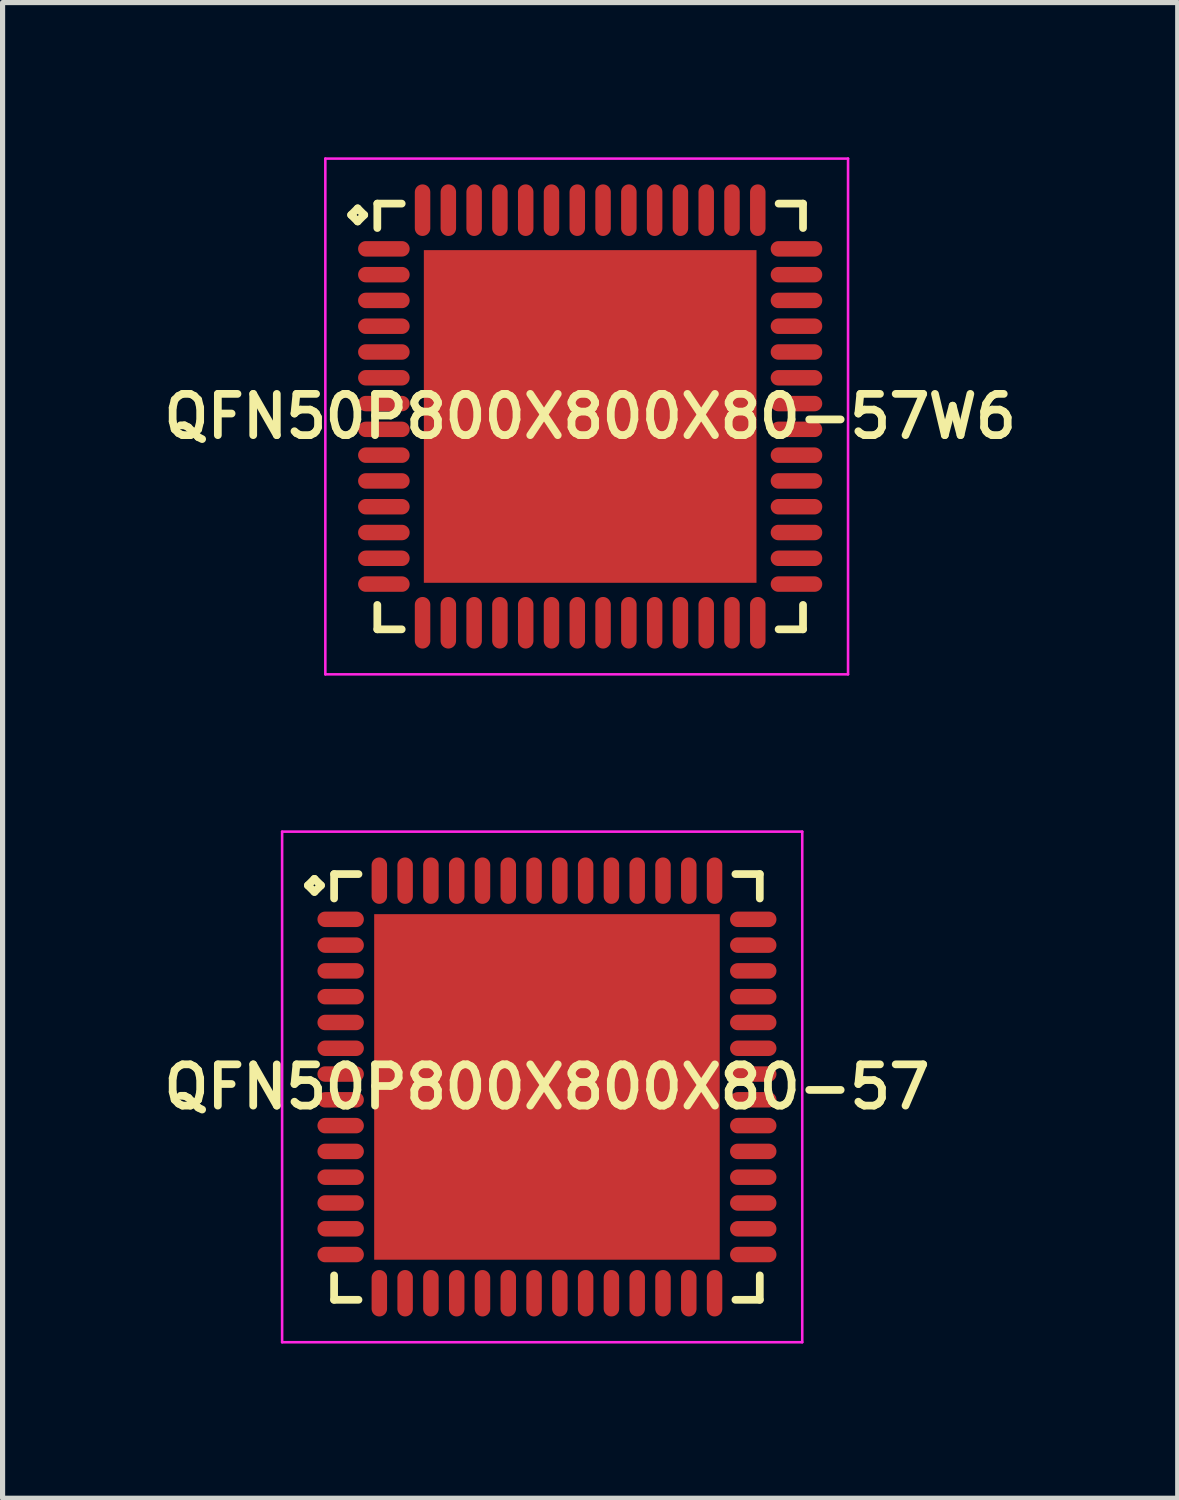
<source format=kicad_pcb>
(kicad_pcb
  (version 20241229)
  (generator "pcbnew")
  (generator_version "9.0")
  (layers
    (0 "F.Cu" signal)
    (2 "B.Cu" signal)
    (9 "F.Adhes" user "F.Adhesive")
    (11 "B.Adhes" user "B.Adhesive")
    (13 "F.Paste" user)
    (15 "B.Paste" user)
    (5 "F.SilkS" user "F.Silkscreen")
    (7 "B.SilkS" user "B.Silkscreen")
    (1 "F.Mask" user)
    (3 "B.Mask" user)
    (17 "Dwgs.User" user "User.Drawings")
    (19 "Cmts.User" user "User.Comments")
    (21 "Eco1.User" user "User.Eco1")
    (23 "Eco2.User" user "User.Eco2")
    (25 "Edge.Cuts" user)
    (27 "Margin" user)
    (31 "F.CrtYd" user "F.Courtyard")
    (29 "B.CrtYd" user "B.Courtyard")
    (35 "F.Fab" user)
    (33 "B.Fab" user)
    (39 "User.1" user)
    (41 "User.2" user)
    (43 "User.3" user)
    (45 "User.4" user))
  (footprint "QFN50P800X800X80-57"
    (layer "F.Cu")
    (at 7.555 18.025)
    (property "Reference" "QFN50P800X800X80-57" (at 0 0 0) (layer "F.SilkS") (effects (font (size 0.8 0.8) (thickness 0.15))))
    (attr smd)
    (fp_line (start -4.635 -3.908) (end -4.508 -4.035) (stroke (width 0.15) (type solid)) (layer "F.SilkS"))
    (fp_line (start -4.508 -4.035) (end -4.381 -3.908) (stroke (width 0.15) (type solid)) (layer "F.SilkS"))
    (fp_line (start -4.508 -3.781) (end -4.635 -3.908) (stroke (width 0.15) (type solid)) (layer "F.SilkS"))
    (fp_line (start -4.381 -3.908) (end -4.508 -3.781) (stroke (width 0.15) (type solid)) (layer "F.SilkS"))
    (fp_line (start -4.127 -4.127) (end -3.654 -4.127) (stroke (width 0.15) (type solid)) (layer "F.SilkS"))
    (fp_line (start -4.127 -3.654) (end -4.127 -4.127) (stroke (width 0.15) (type solid)) (layer "F.SilkS"))
    (fp_line (start -4.127 3.654) (end -4.127 4.127) (stroke (width 0.15) (type solid)) (layer "F.SilkS"))
    (fp_line (start -4.127 4.127) (end -3.654 4.127) (stroke (width 0.15) (type solid)) (layer "F.SilkS"))
    (fp_line (start 3.654 -4.127) (end 4.127 -4.127) (stroke (width 0.15) (type solid)) (layer "F.SilkS"))
    (fp_line (start 3.654 4.127) (end 4.127 4.127) (stroke (width 0.15) (type solid)) (layer "F.SilkS"))
    (fp_line (start 4.127 -4.127) (end 4.127 -3.654) (stroke (width 0.15) (type solid)) (layer "F.SilkS"))
    (fp_line (start 4.127 4.127) (end 4.127 3.654) (stroke (width 0.15) (type solid)) (layer "F.SilkS"))
    (fp_line (start -5.135 -4.95) (end 4.95 -4.95) (stroke (width 0.05) (type solid)) (layer "F.CrtYd"))
    (fp_line (start -5.135 4.95) (end -5.135 -4.95) (stroke (width 0.05) (type solid)) (layer "F.CrtYd"))
    (fp_line (start 4.95 -4.95) (end 4.95 4.95) (stroke (width 0.05) (type solid)) (layer "F.CrtYd"))
    (fp_line (start 4.95 4.95) (end -5.135 4.95) (stroke (width 0.05) (type solid)) (layer "F.CrtYd"))
    (pad "1" smd oval (at -4 -3.25) (size 0.9 0.3) (layers "F.Cu" "F.Mask" "F.Paste"))
    (pad "2" smd oval (at -4 -2.75) (size 0.9 0.3) (layers "F.Cu" "F.Mask" "F.Paste"))
    (pad "3" smd oval (at -4 -2.25) (size 0.9 0.3) (layers "F.Cu" "F.Mask" "F.Paste"))
    (pad "4" smd oval (at -4 -1.75) (size 0.9 0.3) (layers "F.Cu" "F.Mask" "F.Paste"))
    (pad "5" smd oval (at -4 -1.25) (size 0.9 0.3) (layers "F.Cu" "F.Mask" "F.Paste"))
    (pad "6" smd oval (at -4 -0.75) (size 0.9 0.3) (layers "F.Cu" "F.Mask" "F.Paste"))
    (pad "7" smd oval (at -4 -0.25) (size 0.9 0.3) (layers "F.Cu" "F.Mask" "F.Paste"))
    (pad "8" smd oval (at -4 0.25) (size 0.9 0.3) (layers "F.Cu" "F.Mask" "F.Paste"))
    (pad "9" smd oval (at -4 0.75) (size 0.9 0.3) (layers "F.Cu" "F.Mask" "F.Paste"))
    (pad "10" smd oval (at -4 1.25) (size 0.9 0.3) (layers "F.Cu" "F.Mask" "F.Paste"))
    (pad "11" smd oval (at -4 1.75) (size 0.9 0.3) (layers "F.Cu" "F.Mask" "F.Paste"))
    (pad "12" smd oval (at -4 2.25) (size 0.9 0.3) (layers "F.Cu" "F.Mask" "F.Paste"))
    (pad "13" smd oval (at -4 2.75) (size 0.9 0.3) (layers "F.Cu" "F.Mask" "F.Paste"))
    (pad "14" smd oval (at -4 3.25) (size 0.9 0.3) (layers "F.Cu" "F.Mask" "F.Paste"))
    (pad "15" smd oval (at -3.25 4) (size 0.3 0.9) (layers "F.Cu" "F.Mask" "F.Paste"))
    (pad "16" smd oval (at -2.75 4) (size 0.3 0.9) (layers "F.Cu" "F.Mask" "F.Paste"))
    (pad "17" smd oval (at -2.25 4) (size 0.3 0.9) (layers "F.Cu" "F.Mask" "F.Paste"))
    (pad "18" smd oval (at -1.75 4) (size 0.3 0.9) (layers "F.Cu" "F.Mask" "F.Paste"))
    (pad "19" smd oval (at -1.25 4) (size 0.3 0.9) (layers "F.Cu" "F.Mask" "F.Paste"))
    (pad "20" smd oval (at -0.75 4) (size 0.3 0.9) (layers "F.Cu" "F.Mask" "F.Paste"))
    (pad "21" smd oval (at -0.25 4) (size 0.3 0.9) (layers "F.Cu" "F.Mask" "F.Paste"))
    (pad "22" smd oval (at 0.25 4) (size 0.3 0.9) (layers "F.Cu" "F.Mask" "F.Paste"))
    (pad "23" smd oval (at 0.75 4) (size 0.3 0.9) (layers "F.Cu" "F.Mask" "F.Paste"))
    (pad "24" smd oval (at 1.25 4) (size 0.3 0.9) (layers "F.Cu" "F.Mask" "F.Paste"))
    (pad "25" smd oval (at 1.75 4) (size 0.3 0.9) (layers "F.Cu" "F.Mask" "F.Paste"))
    (pad "26" smd oval (at 2.25 4) (size 0.3 0.9) (layers "F.Cu" "F.Mask" "F.Paste"))
    (pad "27" smd oval (at 2.75 4) (size 0.3 0.9) (layers "F.Cu" "F.Mask" "F.Paste"))
    (pad "28" smd oval (at 3.25 4) (size 0.3 0.9) (layers "F.Cu" "F.Mask" "F.Paste"))
    (pad "29" smd oval (at 4 3.25) (size 0.9 0.3) (layers "F.Cu" "F.Mask" "F.Paste"))
    (pad "30" smd oval (at 4 2.75) (size 0.9 0.3) (layers "F.Cu" "F.Mask" "F.Paste"))
    (pad "31" smd oval (at 4 2.25) (size 0.9 0.3) (layers "F.Cu" "F.Mask" "F.Paste"))
    (pad "32" smd oval (at 4 1.75) (size 0.9 0.3) (layers "F.Cu" "F.Mask" "F.Paste"))
    (pad "33" smd oval (at 4 1.25) (size 0.9 0.3) (layers "F.Cu" "F.Mask" "F.Paste"))
    (pad "34" smd oval (at 4 0.75) (size 0.9 0.3) (layers "F.Cu" "F.Mask" "F.Paste"))
    (pad "35" smd oval (at 4 0.25) (size 0.9 0.3) (layers "F.Cu" "F.Mask" "F.Paste"))
    (pad "36" smd oval (at 4 -0.25) (size 0.9 0.3) (layers "F.Cu" "F.Mask" "F.Paste"))
    (pad "37" smd oval (at 4 -0.75) (size 0.9 0.3) (layers "F.Cu" "F.Mask" "F.Paste"))
    (pad "38" smd oval (at 4 -1.25) (size 0.9 0.3) (layers "F.Cu" "F.Mask" "F.Paste"))
    (pad "39" smd oval (at 4 -1.75) (size 0.9 0.3) (layers "F.Cu" "F.Mask" "F.Paste"))
    (pad "40" smd oval (at 4 -2.25) (size 0.9 0.3) (layers "F.Cu" "F.Mask" "F.Paste"))
    (pad "41" smd oval (at 4 -2.75) (size 0.9 0.3) (layers "F.Cu" "F.Mask" "F.Paste"))
    (pad "42" smd oval (at 4 -3.25) (size 0.9 0.3) (layers "F.Cu" "F.Mask" "F.Paste"))
    (pad "43" smd oval (at 3.25 -4) (size 0.3 0.9) (layers "F.Cu" "F.Mask" "F.Paste"))
    (pad "44" smd oval (at 2.75 -4) (size 0.3 0.9) (layers "F.Cu" "F.Mask" "F.Paste"))
    (pad "45" smd oval (at 2.25 -4) (size 0.3 0.9) (layers "F.Cu" "F.Mask" "F.Paste"))
    (pad "46" smd oval (at 1.75 -4) (size 0.3 0.9) (layers "F.Cu" "F.Mask" "F.Paste"))
    (pad "47" smd oval (at 1.25 -4) (size 0.3 0.9) (layers "F.Cu" "F.Mask" "F.Paste"))
    (pad "48" smd oval (at 0.75 -4) (size 0.3 0.9) (layers "F.Cu" "F.Mask" "F.Paste"))
    (pad "49" smd oval (at 0.25 -4) (size 0.3 0.9) (layers "F.Cu" "F.Mask" "F.Paste"))
    (pad "50" smd oval (at -0.25 -4) (size 0.3 0.9) (layers "F.Cu" "F.Mask" "F.Paste"))
    (pad "51" smd oval (at -0.75 -4) (size 0.3 0.9) (layers "F.Cu" "F.Mask" "F.Paste"))
    (pad "52" smd oval (at -1.25 -4) (size 0.3 0.9) (layers "F.Cu" "F.Mask" "F.Paste"))
    (pad "53" smd oval (at -1.75 -4) (size 0.3 0.9) (layers "F.Cu" "F.Mask" "F.Paste"))
    (pad "54" smd oval (at -2.25 -4) (size 0.3 0.9) (layers "F.Cu" "F.Mask" "F.Paste"))
    (pad "55" smd oval (at -2.75 -4) (size 0.3 0.9) (layers "F.Cu" "F.Mask" "F.Paste"))
    (pad "56" smd oval (at -3.25 -4) (size 0.3 0.9) (layers "F.Cu" "F.Mask" "F.Paste"))
    (pad "57" smd rect (at 0 0) (size 6.7 6.7) (layers "F.Cu" "F.Mask" "F.Paste")))
  (footprint "QFN50P800X800X80-57W6"
    (layer "F.Cu")
    (at 8.393 5.025)
    (property "Reference" "QFN50P800X800X80-57W6" (at 0 0 0) (layer "F.SilkS") (effects (font (size 0.8 0.8) (thickness 0.15))))
    (attr smd)
    (fp_line (start -4.635 -3.908) (end -4.508 -4.035) (stroke (width 0.15) (type solid)) (layer "F.SilkS"))
    (fp_line (start -4.508 -4.035) (end -4.381 -3.908) (stroke (width 0.15) (type solid)) (layer "F.SilkS"))
    (fp_line (start -4.508 -3.781) (end -4.635 -3.908) (stroke (width 0.15) (type solid)) (layer "F.SilkS"))
    (fp_line (start -4.381 -3.908) (end -4.508 -3.781) (stroke (width 0.15) (type solid)) (layer "F.SilkS"))
    (fp_line (start -4.127 -4.127) (end -3.654 -4.127) (stroke (width 0.15) (type solid)) (layer "F.SilkS"))
    (fp_line (start -4.127 -3.654) (end -4.127 -4.127) (stroke (width 0.15) (type solid)) (layer "F.SilkS"))
    (fp_line (start -4.127 3.654) (end -4.127 4.127) (stroke (width 0.15) (type solid)) (layer "F.SilkS"))
    (fp_line (start -4.127 4.127) (end -3.654 4.127) (stroke (width 0.15) (type solid)) (layer "F.SilkS"))
    (fp_line (start 3.654 -4.127) (end 4.127 -4.127) (stroke (width 0.15) (type solid)) (layer "F.SilkS"))
    (fp_line (start 3.654 4.127) (end 4.127 4.127) (stroke (width 0.15) (type solid)) (layer "F.SilkS"))
    (fp_line (start 4.127 -4.127) (end 4.127 -3.654) (stroke (width 0.15) (type solid)) (layer "F.SilkS"))
    (fp_line (start 4.127 4.127) (end 4.127 3.654) (stroke (width 0.15) (type solid)) (layer "F.SilkS"))
    (fp_line (start -5.135 -5) (end 5 -5) (stroke (width 0.05) (type solid)) (layer "F.CrtYd"))
    (fp_line (start -5.135 5) (end -5.135 -5) (stroke (width 0.05) (type solid)) (layer "F.CrtYd"))
    (fp_line (start 5 -5) (end 5 5) (stroke (width 0.05) (type solid)) (layer "F.CrtYd"))
    (fp_line (start 5 5) (end -5.135 5) (stroke (width 0.05) (type solid)) (layer "F.CrtYd"))
    (pad "1" smd oval (at -4 -3.25) (size 1 0.3) (layers "F.Cu" "F.Mask" "F.Paste"))
    (pad "2" smd oval (at -4 -2.75) (size 1 0.3) (layers "F.Cu" "F.Mask" "F.Paste"))
    (pad "3" smd oval (at -4 -2.25) (size 1 0.3) (layers "F.Cu" "F.Mask" "F.Paste"))
    (pad "4" smd oval (at -4 -1.75) (size 1 0.3) (layers "F.Cu" "F.Mask" "F.Paste"))
    (pad "5" smd oval (at -4 -1.25) (size 1 0.3) (layers "F.Cu" "F.Mask" "F.Paste"))
    (pad "6" smd oval (at -4 -0.75) (size 1 0.3) (layers "F.Cu" "F.Mask" "F.Paste"))
    (pad "7" smd oval (at -4 -0.25) (size 1 0.3) (layers "F.Cu" "F.Mask" "F.Paste"))
    (pad "8" smd oval (at -4 0.25) (size 1 0.3) (layers "F.Cu" "F.Mask" "F.Paste"))
    (pad "9" smd oval (at -4 0.75) (size 1 0.3) (layers "F.Cu" "F.Mask" "F.Paste"))
    (pad "10" smd oval (at -4 1.25) (size 1 0.3) (layers "F.Cu" "F.Mask" "F.Paste"))
    (pad "11" smd oval (at -4 1.75) (size 1 0.3) (layers "F.Cu" "F.Mask" "F.Paste"))
    (pad "12" smd oval (at -4 2.25) (size 1 0.3) (layers "F.Cu" "F.Mask" "F.Paste"))
    (pad "13" smd oval (at -4 2.75) (size 1 0.3) (layers "F.Cu" "F.Mask" "F.Paste"))
    (pad "14" smd oval (at -4 3.25) (size 1 0.3) (layers "F.Cu" "F.Mask" "F.Paste"))
    (pad "15" smd oval (at -3.25 4) (size 0.3 1) (layers "F.Cu" "F.Mask" "F.Paste"))
    (pad "16" smd oval (at -2.75 4) (size 0.3 1) (layers "F.Cu" "F.Mask" "F.Paste"))
    (pad "17" smd oval (at -2.25 4) (size 0.3 1) (layers "F.Cu" "F.Mask" "F.Paste"))
    (pad "18" smd oval (at -1.75 4) (size 0.3 1) (layers "F.Cu" "F.Mask" "F.Paste"))
    (pad "19" smd oval (at -1.25 4) (size 0.3 1) (layers "F.Cu" "F.Mask" "F.Paste"))
    (pad "20" smd oval (at -0.75 4) (size 0.3 1) (layers "F.Cu" "F.Mask" "F.Paste"))
    (pad "21" smd oval (at -0.25 4) (size 0.3 1) (layers "F.Cu" "F.Mask" "F.Paste"))
    (pad "22" smd oval (at 0.25 4) (size 0.3 1) (layers "F.Cu" "F.Mask" "F.Paste"))
    (pad "23" smd oval (at 0.75 4) (size 0.3 1) (layers "F.Cu" "F.Mask" "F.Paste"))
    (pad "24" smd oval (at 1.25 4) (size 0.3 1) (layers "F.Cu" "F.Mask" "F.Paste"))
    (pad "25" smd oval (at 1.75 4) (size 0.3 1) (layers "F.Cu" "F.Mask" "F.Paste"))
    (pad "26" smd oval (at 2.25 4) (size 0.3 1) (layers "F.Cu" "F.Mask" "F.Paste"))
    (pad "27" smd oval (at 2.75 4) (size 0.3 1) (layers "F.Cu" "F.Mask" "F.Paste"))
    (pad "28" smd oval (at 3.25 4) (size 0.3 1) (layers "F.Cu" "F.Mask" "F.Paste"))
    (pad "29" smd oval (at 4 3.25) (size 1 0.3) (layers "F.Cu" "F.Mask" "F.Paste"))
    (pad "30" smd oval (at 4 2.75) (size 1 0.3) (layers "F.Cu" "F.Mask" "F.Paste"))
    (pad "31" smd oval (at 4 2.25) (size 1 0.3) (layers "F.Cu" "F.Mask" "F.Paste"))
    (pad "32" smd oval (at 4 1.75) (size 1 0.3) (layers "F.Cu" "F.Mask" "F.Paste"))
    (pad "33" smd oval (at 4 1.25) (size 1 0.3) (layers "F.Cu" "F.Mask" "F.Paste"))
    (pad "34" smd oval (at 4 0.75) (size 1 0.3) (layers "F.Cu" "F.Mask" "F.Paste"))
    (pad "35" smd oval (at 4 0.25) (size 1 0.3) (layers "F.Cu" "F.Mask" "F.Paste"))
    (pad "36" smd oval (at 4 -0.25) (size 1 0.3) (layers "F.Cu" "F.Mask" "F.Paste"))
    (pad "37" smd oval (at 4 -0.75) (size 1 0.3) (layers "F.Cu" "F.Mask" "F.Paste"))
    (pad "38" smd oval (at 4 -1.25) (size 1 0.3) (layers "F.Cu" "F.Mask" "F.Paste"))
    (pad "39" smd oval (at 4 -1.75) (size 1 0.3) (layers "F.Cu" "F.Mask" "F.Paste"))
    (pad "40" smd oval (at 4 -2.25) (size 1 0.3) (layers "F.Cu" "F.Mask" "F.Paste"))
    (pad "41" smd oval (at 4 -2.75) (size 1 0.3) (layers "F.Cu" "F.Mask" "F.Paste"))
    (pad "42" smd oval (at 4 -3.25) (size 1 0.3) (layers "F.Cu" "F.Mask" "F.Paste"))
    (pad "43" smd oval (at 3.25 -4) (size 0.3 1) (layers "F.Cu" "F.Mask" "F.Paste"))
    (pad "44" smd oval (at 2.75 -4) (size 0.3 1) (layers "F.Cu" "F.Mask" "F.Paste"))
    (pad "45" smd oval (at 2.25 -4) (size 0.3 1) (layers "F.Cu" "F.Mask" "F.Paste"))
    (pad "46" smd oval (at 1.75 -4) (size 0.3 1) (layers "F.Cu" "F.Mask" "F.Paste"))
    (pad "47" smd oval (at 1.25 -4) (size 0.3 1) (layers "F.Cu" "F.Mask" "F.Paste"))
    (pad "48" smd oval (at 0.75 -4) (size 0.3 1) (layers "F.Cu" "F.Mask" "F.Paste"))
    (pad "49" smd oval (at 0.25 -4) (size 0.3 1) (layers "F.Cu" "F.Mask" "F.Paste"))
    (pad "50" smd oval (at -0.25 -4) (size 0.3 1) (layers "F.Cu" "F.Mask" "F.Paste"))
    (pad "51" smd oval (at -0.75 -4) (size 0.3 1) (layers "F.Cu" "F.Mask" "F.Paste"))
    (pad "52" smd oval (at -1.25 -4) (size 0.3 1) (layers "F.Cu" "F.Mask" "F.Paste"))
    (pad "53" smd oval (at -1.75 -4) (size 0.3 1) (layers "F.Cu" "F.Mask" "F.Paste"))
    (pad "54" smd oval (at -2.25 -4) (size 0.3 1) (layers "F.Cu" "F.Mask" "F.Paste"))
    (pad "55" smd oval (at -2.75 -4) (size 0.3 1) (layers "F.Cu" "F.Mask" "F.Paste"))
    (pad "56" smd oval (at -3.25 -4) (size 0.3 1) (layers "F.Cu" "F.Mask" "F.Paste"))
    (pad "57" smd rect (at 0 0) (size 6.45 6.45) (layers "F.Cu" "F.Mask" "F.Paste")))
  (gr_rect
    (start -3 -3)
    (end 19.785 26)
    (stroke (width 0.1) (type default))
    (fill no)
    (layer "Edge.Cuts")))
</source>
